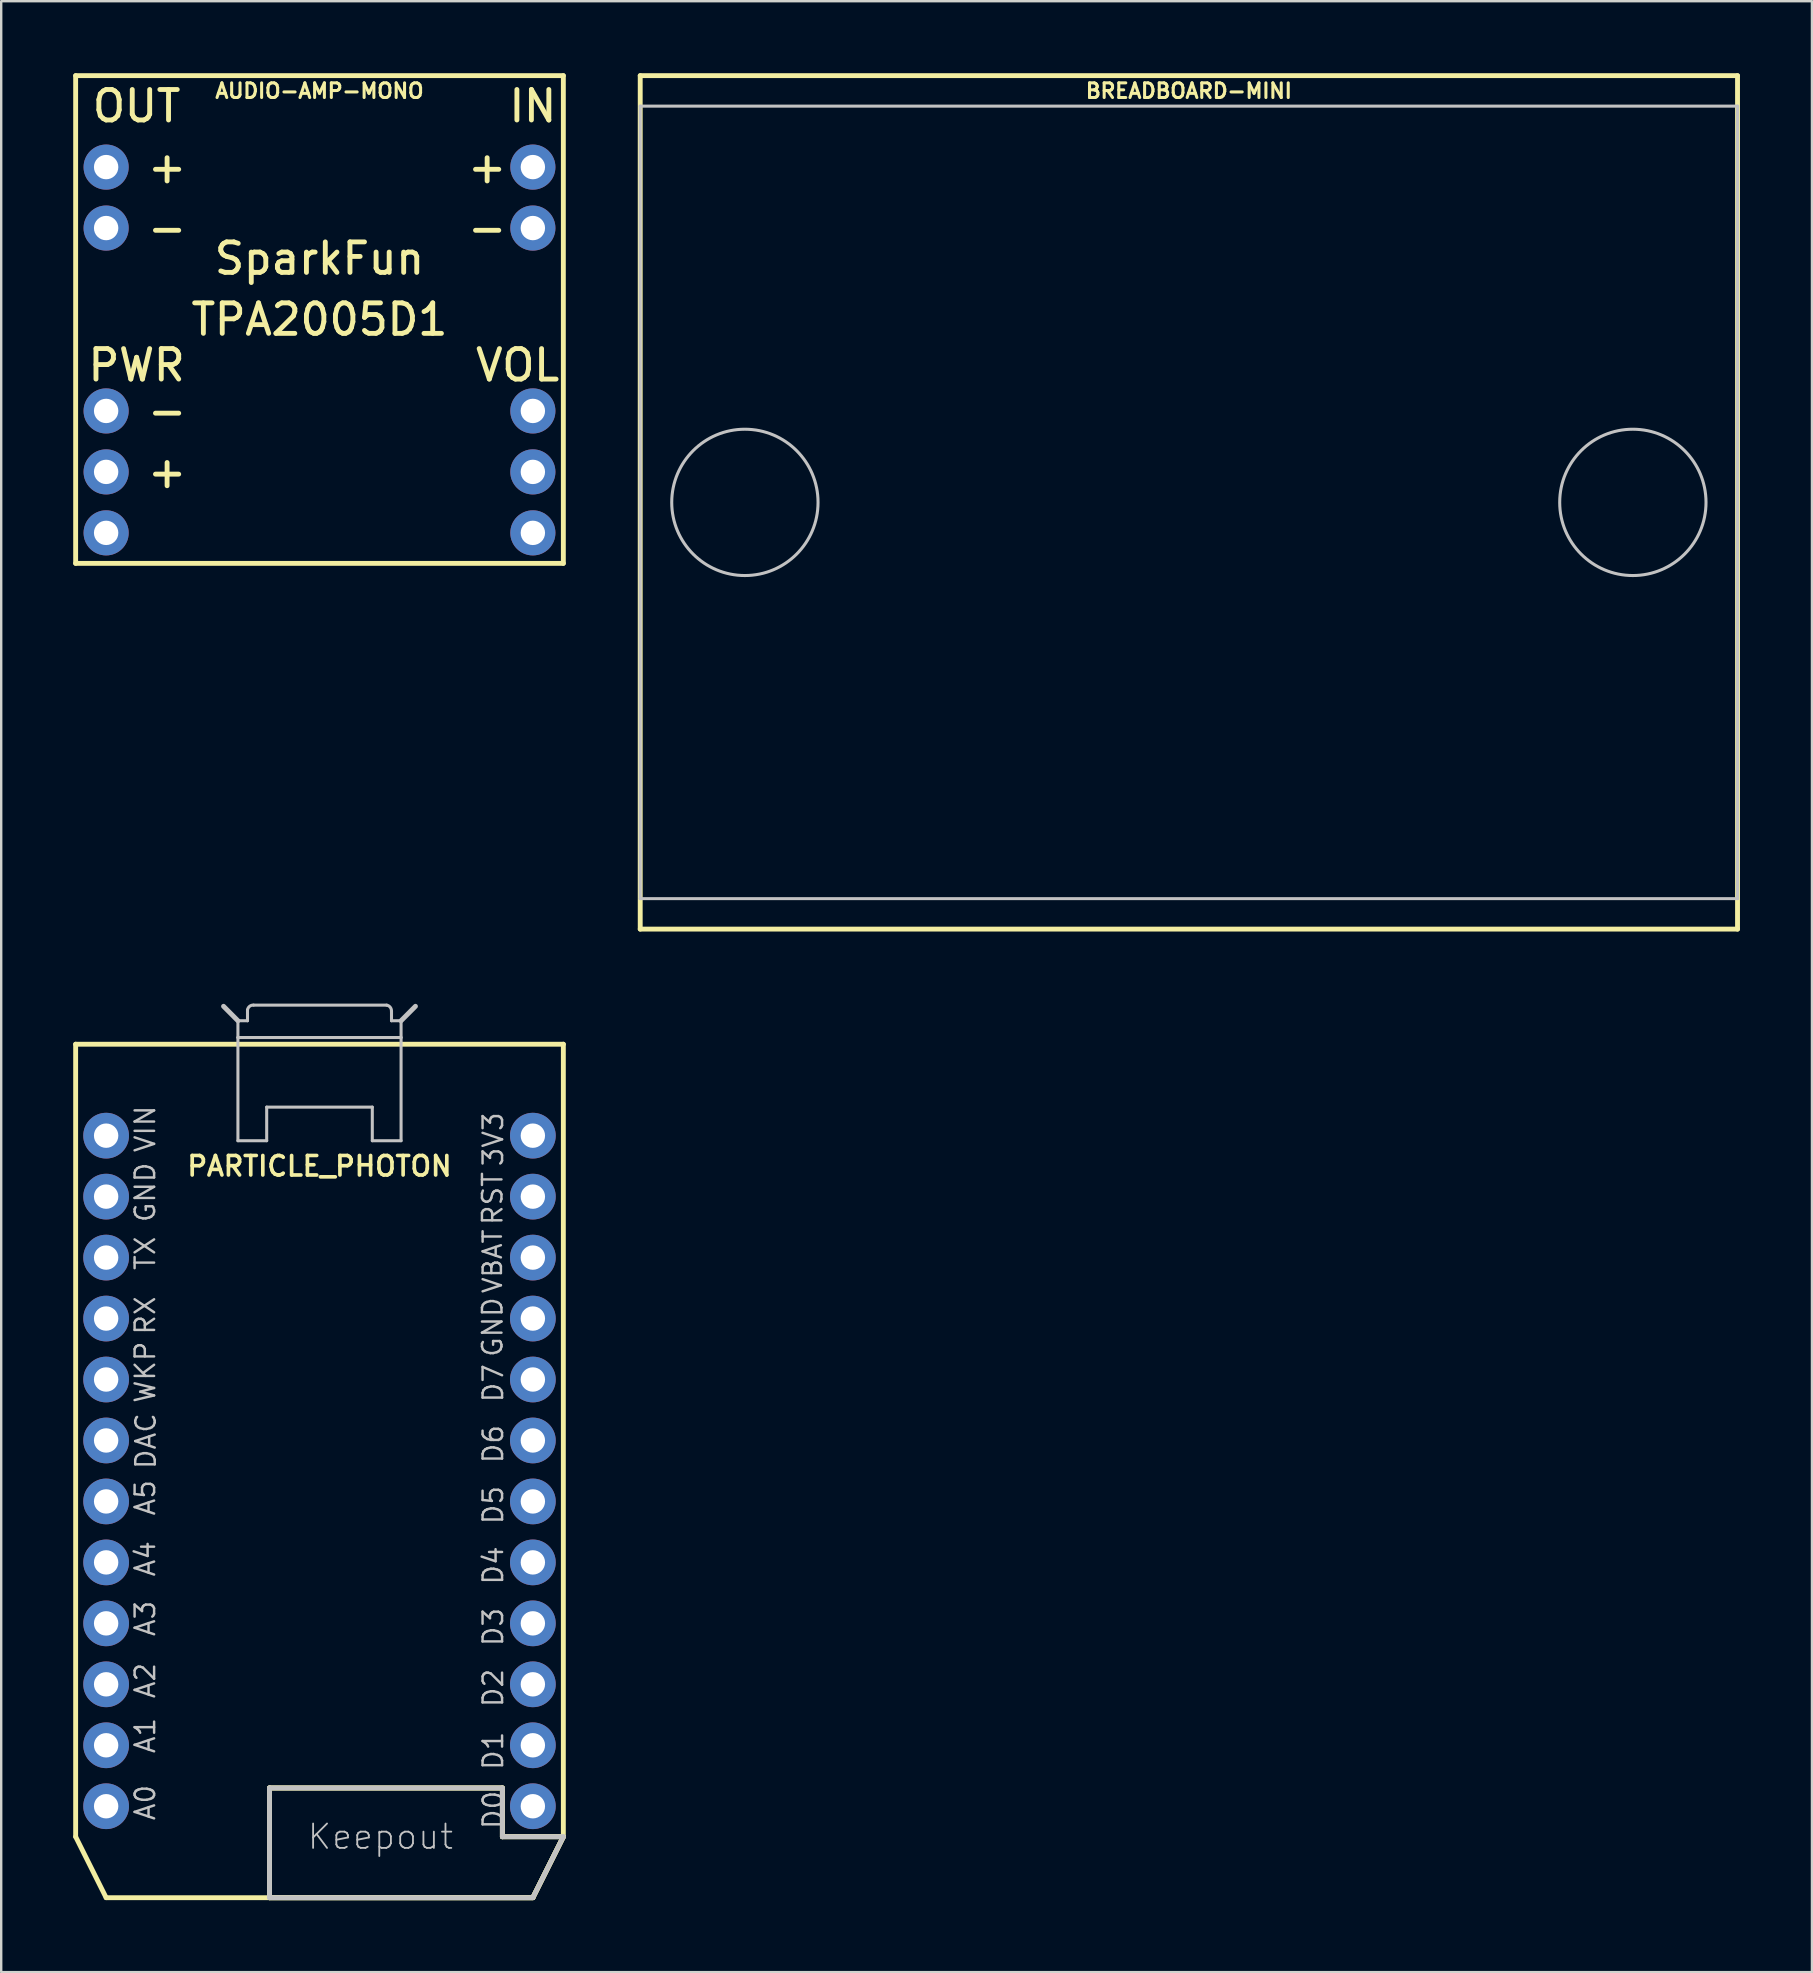
<source format=kicad_pcb>
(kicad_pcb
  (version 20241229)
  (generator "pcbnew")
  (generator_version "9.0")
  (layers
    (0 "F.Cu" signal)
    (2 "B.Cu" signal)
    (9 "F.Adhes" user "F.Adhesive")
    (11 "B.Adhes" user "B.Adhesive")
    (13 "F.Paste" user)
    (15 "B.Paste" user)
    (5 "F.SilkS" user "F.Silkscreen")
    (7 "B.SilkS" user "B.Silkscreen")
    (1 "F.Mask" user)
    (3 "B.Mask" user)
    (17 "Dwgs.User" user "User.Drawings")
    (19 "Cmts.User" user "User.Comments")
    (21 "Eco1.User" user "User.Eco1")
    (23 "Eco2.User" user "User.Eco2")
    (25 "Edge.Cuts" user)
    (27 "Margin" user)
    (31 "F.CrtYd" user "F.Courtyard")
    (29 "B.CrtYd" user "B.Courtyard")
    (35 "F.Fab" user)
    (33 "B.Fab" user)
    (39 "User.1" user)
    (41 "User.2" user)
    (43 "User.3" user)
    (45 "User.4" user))
  (footprint "PARTICLE_PHOTON"
    (layer "F.Cu")
    (at 10.262 58.238)
    (property "Reference" "PARTICLE_PHOTON" (at 0 -12.7 0) (layer "F.SilkS") (effects (font (size 0.813 0.813) (thickness 0.152))))
    (attr exclude_from_pos_files exclude_from_bom)
    (fp_line (start -10.16 -17.78) (end 10.16 -17.78) (stroke (width 0.203) (type solid)) (layer "F.SilkS"))
    (fp_line (start -10.16 15.24) (end -10.16 -17.78) (stroke (width 0.203) (type solid)) (layer "F.SilkS"))
    (fp_line (start -8.89 17.78) (end -10.16 15.24) (stroke (width 0.203) (type solid)) (layer "F.SilkS"))
    (fp_line (start -2.083 13.208) (end -2.083 17.78) (stroke (width 0.203) (type solid)) (layer "F.SilkS"))
    (fp_line (start -2.083 13.208) (end -2.083 17.78) (stroke (width 0.203) (type solid)) (layer "F.SilkS"))
    (fp_line (start -2.083 17.78) (end 8.89 17.78) (stroke (width 0.203) (type solid)) (layer "F.SilkS"))
    (fp_line (start -2.083 17.78) (end 8.89 17.78) (stroke (width 0.203) (type solid)) (layer "F.SilkS"))
    (fp_line (start 7.62 13.208) (end -2.083 13.208) (stroke (width 0.203) (type solid)) (layer "F.SilkS"))
    (fp_line (start 7.62 13.208) (end -2.083 13.208) (stroke (width 0.203) (type solid)) (layer "F.SilkS"))
    (fp_line (start 7.62 15.24) (end 7.62 13.208) (stroke (width 0.203) (type solid)) (layer "F.SilkS"))
    (fp_line (start 7.62 15.24) (end 7.62 13.208) (stroke (width 0.203) (type solid)) (layer "F.SilkS"))
    (fp_line (start 8.89 17.78) (end -8.89 17.78) (stroke (width 0.203) (type solid)) (layer "F.SilkS"))
    (fp_line (start 8.89 17.78) (end 10.16 15.24) (stroke (width 0.203) (type solid)) (layer "F.SilkS"))
    (fp_line (start 8.89 17.78) (end 10.16 15.24) (stroke (width 0.203) (type solid)) (layer "F.SilkS"))
    (fp_line (start 10.16 -17.78) (end 10.16 15.24) (stroke (width 0.203) (type solid)) (layer "F.SilkS"))
    (fp_line (start 10.16 15.24) (end 7.62 15.24) (stroke (width 0.203) (type solid)) (layer "F.SilkS"))
    (fp_line (start 10.16 15.24) (end 7.62 15.24) (stroke (width 0.203) (type solid)) (layer "F.SilkS"))
    (fp_line (start 10.16 15.24) (end 8.89 17.78) (stroke (width 0.203) (type solid)) (layer "F.SilkS"))
    (fp_line (start -3.399 -18.758) (end -3.998 -19.36) (stroke (width 0.203) (type solid)) (layer "Dwgs.User"))
    (fp_line (start -3.399 -18.059) (end -3.399 -18.758) (stroke (width 0.127) (type solid)) (layer "Dwgs.User"))
    (fp_line (start -3.399 -13.759) (end -3.399 -18.059) (stroke (width 0.127) (type solid)) (layer "Dwgs.User"))
    (fp_line (start -3.399 -13.759) (end -2.2 -13.759) (stroke (width 0.127) (type solid)) (layer "Dwgs.User"))
    (fp_line (start -3 -19.207) (end -3 -18.758) (stroke (width 0.127) (type solid)) (layer "Dwgs.User"))
    (fp_line (start -3 -18.758) (end -3.399 -18.758) (stroke (width 0.127) (type solid)) (layer "Dwgs.User"))
    (fp_line (start -2.2 -15.159) (end -2.2 -13.759) (stroke (width 0.127) (type solid)) (layer "Dwgs.User"))
    (fp_line (start -2.083 13.208) (end -2.083 17.78) (stroke (width 0.203) (type solid)) (layer "Dwgs.User"))
    (fp_line (start -2.083 17.78) (end 8.89 17.78) (stroke (width 0.203) (type solid)) (layer "Dwgs.User"))
    (fp_line (start 2.2 -15.159) (end -2.2 -15.159) (stroke (width 0.127) (type solid)) (layer "Dwgs.User"))
    (fp_line (start 2.2 -15.159) (end 2.2 -13.759) (stroke (width 0.127) (type solid)) (layer "Dwgs.User"))
    (fp_line (start 2.799 -19.408) (end -2.748 -19.408) (stroke (width 0.127) (type solid)) (layer "Dwgs.User"))
    (fp_line (start 3 -18.758) (end 3 -19.159) (stroke (width 0.127) (type solid)) (layer "Dwgs.User"))
    (fp_line (start 3.399 -18.758) (end 3 -18.758) (stroke (width 0.127) (type solid)) (layer "Dwgs.User"))
    (fp_line (start 3.399 -18.758) (end 3.399 -18.059) (stroke (width 0.127) (type solid)) (layer "Dwgs.User"))
    (fp_line (start 3.399 -18.758) (end 3.998 -19.36) (stroke (width 0.203) (type solid)) (layer "Dwgs.User"))
    (fp_line (start 3.399 -18.059) (end -3.399 -18.059) (stroke (width 0.127) (type solid)) (layer "Dwgs.User"))
    (fp_line (start 3.399 -18.059) (end 3.399 -13.759) (stroke (width 0.127) (type solid)) (layer "Dwgs.User"))
    (fp_line (start 3.399 -13.759) (end 2.2 -13.759) (stroke (width 0.127) (type solid)) (layer "Dwgs.User"))
    (fp_line (start 7.62 13.208) (end -2.083 13.208) (stroke (width 0.203) (type solid)) (layer "Dwgs.User"))
    (fp_line (start 7.62 15.24) (end 7.62 13.208) (stroke (width 0.203) (type solid)) (layer "Dwgs.User"))
    (fp_line (start 10.16 15.24) (end 7.62 15.24) (stroke (width 0.203) (type solid)) (layer "Dwgs.User"))
    (fp_line (start 10.16 15.24) (end 8.89 17.78) (stroke (width 0.203) (type solid)) (layer "Dwgs.User"))
    (fp_arc (start -2.99974 -19.20748) (mid -2.914465 -19.357069) (end -2.750764 -19.410461) (stroke (width 0.127) (type solid)) (layer "Dwgs.User"))
    (fp_arc (start 2.79908 -19.40814) (mid 2.946301 -19.321817) (end 2.997236 -19.158933) (stroke (width 0.127) (type solid)) (layer "Dwgs.User"))
    (fp_text user "VBAT" (at 7.211 -8.735 270) (layer "Dwgs.User") (effects (font (size 0.762 0.762) (thickness 0.102))))
    (fp_text user "Keepout" (at 2.54 15.24 0) (layer "Dwgs.User") (effects (font (size 1.016 1.016) (thickness 0.076))))
    (fp_text user "GND" (at -7.262 -11.608 90) (layer "Dwgs.User") (effects (font (size 0.813 0.813) (thickness 0.102))))
    (fp_text user "DAC" (at -7.236 -1.245 90) (layer "Dwgs.User") (effects (font (size 0.813 0.813) (thickness 0.102))))
    (fp_text user "D3" (at 7.236 6.502 270) (layer "Dwgs.User") (effects (font (size 0.813 0.813) (thickness 0.102))))
    (fp_text user "D5" (at 7.236 1.422 270) (layer "Dwgs.User") (effects (font (size 0.813 0.813) (thickness 0.102))))
    (fp_text user "D0" (at 7.236 14.122 270) (layer "Dwgs.User") (effects (font (size 0.813 0.813) (thickness 0.102))))
    (fp_text user "RX" (at -7.262 -6.477 90) (layer "Dwgs.User") (effects (font (size 0.813 0.813) (thickness 0.102))))
    (fp_text user "A2" (at -7.262 8.735 90) (layer "Dwgs.User") (effects (font (size 0.813 0.813) (thickness 0.102))))
    (fp_text user "D2" (at 7.236 9.042 270) (layer "Dwgs.User") (effects (font (size 0.813 0.813) (thickness 0.102))))
    (fp_text user "A3" (at -7.262 6.147 90) (layer "Dwgs.User") (effects (font (size 0.813 0.813) (thickness 0.102))))
    (fp_text user "VIN" (at -7.262 -14.249 90) (layer "Dwgs.User") (effects (font (size 0.813 0.813) (thickness 0.102))))
    (fp_text user "A0" (at -7.262 13.818 90) (layer "Dwgs.User") (effects (font (size 0.813 0.813) (thickness 0.102))))
    (fp_text user "WKP" (at -7.262 -4.115 90) (layer "Dwgs.User") (effects (font (size 0.813 0.813) (thickness 0.102))))
    (fp_text user "D7" (at 7.236 -3.658 270) (layer "Dwgs.User") (effects (font (size 0.813 0.813) (thickness 0.102))))
    (fp_text user "GND" (at 7.211 -5.994 270) (layer "Dwgs.User") (effects (font (size 0.813 0.813) (thickness 0.102))))
    (fp_text user "3V3" (at 7.236 -13.818 270) (layer "Dwgs.User") (effects (font (size 0.813 0.813) (thickness 0.102))))
    (fp_text user "TX" (at -7.262 -9.068 90) (layer "Dwgs.User") (effects (font (size 0.813 0.813) (thickness 0.102))))
    (fp_text user "D6" (at 7.236 -1.118 270) (layer "Dwgs.User") (effects (font (size 0.813 0.813) (thickness 0.102))))
    (fp_text user "RST" (at 7.211 -11.354 270) (layer "Dwgs.User") (effects (font (size 0.813 0.813) (thickness 0.102))))
    (fp_text user "A5" (at -7.262 1.118 90) (layer "Dwgs.User") (effects (font (size 0.813 0.813) (thickness 0.102))))
    (fp_text user "A4" (at -7.262 3.658 90) (layer "Dwgs.User") (effects (font (size 0.813 0.813) (thickness 0.102))))
    (fp_text user "D1" (at 7.236 11.659 270) (layer "Dwgs.User") (effects (font (size 0.813 0.813) (thickness 0.102))))
    (fp_text user "A1" (at -7.262 11.024 90) (layer "Dwgs.User") (effects (font (size 0.813 0.813) (thickness 0.102))))
    (fp_text user "D4" (at 7.236 3.937 270) (layer "Dwgs.User") (effects (font (size 0.813 0.813) (thickness 0.102))))
    (pad "1" thru_hole circle (at -8.89 -13.97) (size 1.905 1.905) (drill 1.016) (layers "*.Cu" "*.Mask"))
    (pad "2" thru_hole circle (at -8.89 -11.43) (size 1.905 1.905) (drill 1.016) (layers "*.Cu" "*.Mask"))
    (pad "3" thru_hole circle (at -8.89 -8.89) (size 1.905 1.905) (drill 1.016) (layers "*.Cu" "*.Mask"))
    (pad "4" thru_hole circle (at -8.89 -6.35) (size 1.905 1.905) (drill 1.016) (layers "*.Cu" "*.Mask"))
    (pad "5" thru_hole circle (at -8.89 -3.81) (size 1.905 1.905) (drill 1.016) (layers "*.Cu" "*.Mask"))
    (pad "6" thru_hole circle (at -8.89 -1.27) (size 1.905 1.905) (drill 1.016) (layers "*.Cu" "*.Mask"))
    (pad "7" thru_hole circle (at -8.89 1.27) (size 1.905 1.905) (drill 1.016) (layers "*.Cu" "*.Mask"))
    (pad "8" thru_hole circle (at -8.89 3.81) (size 1.905 1.905) (drill 1.016) (layers "*.Cu" "*.Mask"))
    (pad "9" thru_hole circle (at -8.89 6.35) (size 1.905 1.905) (drill 1.016) (layers "*.Cu" "*.Mask"))
    (pad "10" thru_hole circle (at -8.89 8.89) (size 1.905 1.905) (drill 1.016) (layers "*.Cu" "*.Mask"))
    (pad "11" thru_hole circle (at -8.89 11.43) (size 1.905 1.905) (drill 1.016) (layers "*.Cu" "*.Mask"))
    (pad "12" thru_hole circle (at -8.89 13.97) (size 1.905 1.905) (drill 1.016) (layers "*.Cu" "*.Mask"))
    (pad "13" thru_hole circle (at 8.89 13.97) (size 1.905 1.905) (drill 1.016) (layers "*.Cu" "*.Mask"))
    (pad "14" thru_hole circle (at 8.89 11.43) (size 1.905 1.905) (drill 1.016) (layers "*.Cu" "*.Mask"))
    (pad "15" thru_hole circle (at 8.89 8.89) (size 1.905 1.905) (drill 1.016) (layers "*.Cu" "*.Mask"))
    (pad "16" thru_hole circle (at 8.89 6.35) (size 1.905 1.905) (drill 1.016) (layers "*.Cu" "*.Mask"))
    (pad "17" thru_hole circle (at 8.89 3.81) (size 1.905 1.905) (drill 1.016) (layers "*.Cu" "*.Mask"))
    (pad "18" thru_hole circle (at 8.89 1.27) (size 1.905 1.905) (drill 1.016) (layers "*.Cu" "*.Mask"))
    (pad "19" thru_hole circle (at 8.89 -1.27) (size 1.905 1.905) (drill 1.016) (layers "*.Cu" "*.Mask"))
    (pad "20" thru_hole circle (at 8.89 -3.81) (size 1.905 1.905) (drill 1.016) (layers "*.Cu" "*.Mask"))
    (pad "21" thru_hole circle (at 8.89 -6.35) (size 1.905 1.905) (drill 1.016) (layers "*.Cu" "*.Mask"))
    (pad "22" thru_hole circle (at 8.89 -8.89) (size 1.905 1.905) (drill 1.016) (layers "*.Cu" "*.Mask"))
    (pad "23" thru_hole circle (at 8.89 -11.43) (size 1.905 1.905) (drill 1.016) (layers "*.Cu" "*.Mask"))
    (pad "24" thru_hole circle (at 8.89 -13.97) (size 1.905 1.905) (drill 1.016) (layers "*.Cu" "*.Mask")))
  (footprint "AUDIO-AMP-MONO"
    (layer "F.Cu")
    (at 10.262 10.262)
    (property "Reference" "AUDIO-AMP-MONO" (at 0 -9.525 0) (layer "F.SilkS") (effects (font (size 0.61 0.61) (thickness 0.127))))
    (attr exclude_from_pos_files exclude_from_bom)
    (fp_line (start -10.16 -10.16) (end 10.16 -10.16) (stroke (width 0.203) (type solid)) (layer "F.SilkS"))
    (fp_line (start -10.16 10.16) (end -10.16 -10.16) (stroke (width 0.203) (type solid)) (layer "F.SilkS"))
    (fp_line (start 10.16 -10.16) (end 10.16 10.16) (stroke (width 0.203) (type solid)) (layer "F.SilkS"))
    (fp_line (start 10.16 10.16) (end -10.16 10.16) (stroke (width 0.203) (type solid)) (layer "F.SilkS"))
    (fp_text user "+" (at -6.35 6.35 0) (layer "F.SilkS") (effects (font (size 1.27 1.27) (thickness 0.203))))
    (fp_text user "OUT" (at -7.62 -8.89 0) (layer "F.SilkS") (effects (font (size 1.27 1.27) (thickness 0.203))))
    (fp_text user "SparkFun\n" (at 0 -2.54 0) (layer "F.SilkS") (effects (font (size 1.27 1.27) (thickness 0.203))))
    (fp_text user "+" (at -6.35 -6.35 0) (layer "F.SilkS") (effects (font (size 1.27 1.27) (thickness 0.203))))
    (fp_text user "VOL" (at 8.255 1.905 0) (layer "F.SilkS") (effects (font (size 1.27 1.27) (thickness 0.203))))
    (fp_text user "-" (at -6.35 3.81 0) (layer "F.SilkS") (effects (font (size 1.27 1.27) (thickness 0.203))))
    (fp_text user "-" (at 6.985 -3.81 0) (layer "F.SilkS") (effects (font (size 1.27 1.27) (thickness 0.203))))
    (fp_text user "IN" (at 8.89 -8.89 0) (layer "F.SilkS") (effects (font (size 1.27 1.27) (thickness 0.203))))
    (fp_text user "-" (at -6.35 -3.81 0) (layer "F.SilkS") (effects (font (size 1.27 1.27) (thickness 0.203))))
    (fp_text user "PWR" (at -7.62 1.905 0) (layer "F.SilkS") (effects (font (size 1.27 1.27) (thickness 0.203))))
    (fp_text user "TPA2005D1" (at 0 0 0) (layer "F.SilkS") (effects (font (size 1.27 1.27) (thickness 0.203))))
    (fp_text user "+" (at 6.985 -6.35 0) (layer "F.SilkS") (effects (font (size 1.27 1.27) (thickness 0.203))))
    (pad "IN+" thru_hole circle (at 8.89 -6.35) (size 1.88 1.88) (drill 1.016) (layers "*.Cu" "*.Mask"))
    (pad "IN-" thru_hole circle (at 8.89 -3.81) (size 1.88 1.88) (drill 1.016) (layers "*.Cu" "*.Mask"))
    (pad "OUT+" thru_hole circle (at -8.89 -6.35) (size 1.88 1.88) (drill 1.016) (layers "*.Cu" "*.Mask"))
    (pad "OUT-" thru_hole circle (at -8.89 -3.81) (size 1.88 1.88) (drill 1.016) (layers "*.Cu" "*.Mask"))
    (pad "PWR+" thru_hole circle (at -8.89 6.35) (size 1.88 1.88) (drill 1.016) (layers "*.Cu" "*.Mask"))
    (pad "PWR-" thru_hole circle (at -8.89 3.81) (size 1.88 1.88) (drill 1.016) (layers "*.Cu" "*.Mask"))
    (pad "S" thru_hole circle (at -8.89 8.89) (size 1.88 1.88) (drill 1.016) (layers "*.Cu" "*.Mask"))
    (pad "VOL" thru_hole circle (at 8.89 6.35) (size 1.88 1.88) (drill 1.016) (layers "*.Cu" "*.Mask"))
    (pad "VOL+" thru_hole circle (at 8.89 8.89) (size 1.88 1.88) (drill 1.016) (layers "*.Cu" "*.Mask"))
    (pad "VOL-" thru_hole circle (at 8.89 3.81) (size 1.88 1.88) (drill 1.016) (layers "*.Cu" "*.Mask")))
  (footprint "BREADBOARD-MINI"
    (layer "F.Cu")
    (at 46.485 17.882)
    (property "Reference" "BREADBOARD-MINI" (at 0 -17.145 180) (layer "F.SilkS") (effects (font (size 0.61 0.61) (thickness 0.127))))
    (attr exclude_from_pos_files exclude_from_bom)
    (fp_line (start -22.86 -17.78) (end 22.86 -17.78) (stroke (width 0.203) (type solid)) (layer "F.SilkS"))
    (fp_line (start -22.86 17.78) (end -22.86 -17.78) (stroke (width 0.203) (type solid)) (layer "F.SilkS"))
    (fp_line (start 22.86 -17.78) (end 22.86 17.78) (stroke (width 0.203) (type solid)) (layer "F.SilkS"))
    (fp_line (start 22.86 17.78) (end -22.86 17.78) (stroke (width 0.203) (type solid)) (layer "F.SilkS"))
    (fp_line (start -22.86 -16.51) (end 22.86 -16.51) (stroke (width 0.127) (type solid)) (layer "Dwgs.User"))
    (fp_line (start -22.86 16.51) (end -22.86 -16.51) (stroke (width 0.127) (type solid)) (layer "Dwgs.User"))
    (fp_line (start 22.86 -16.51) (end 22.86 16.51) (stroke (width 0.127) (type solid)) (layer "Dwgs.User"))
    (fp_line (start 22.86 16.51) (end -22.86 16.51) (stroke (width 0.127) (type solid)) (layer "Dwgs.User"))
    (fp_circle (center -18.499 0) (end -18.499 -3.048) (stroke (width 0.127) (type solid)) (fill no) (layer "Dwgs.User"))
    (fp_circle (center 18.499 0) (end 18.499 -3.048) (stroke (width 0.127) (type solid)) (fill no) (layer "Dwgs.User")))
  (gr_rect
    (start -3 -3)
    (end 72.446 79.119)
    (stroke (width 0.1) (type default))
    (fill no)
    (layer "Edge.Cuts")))
</source>
